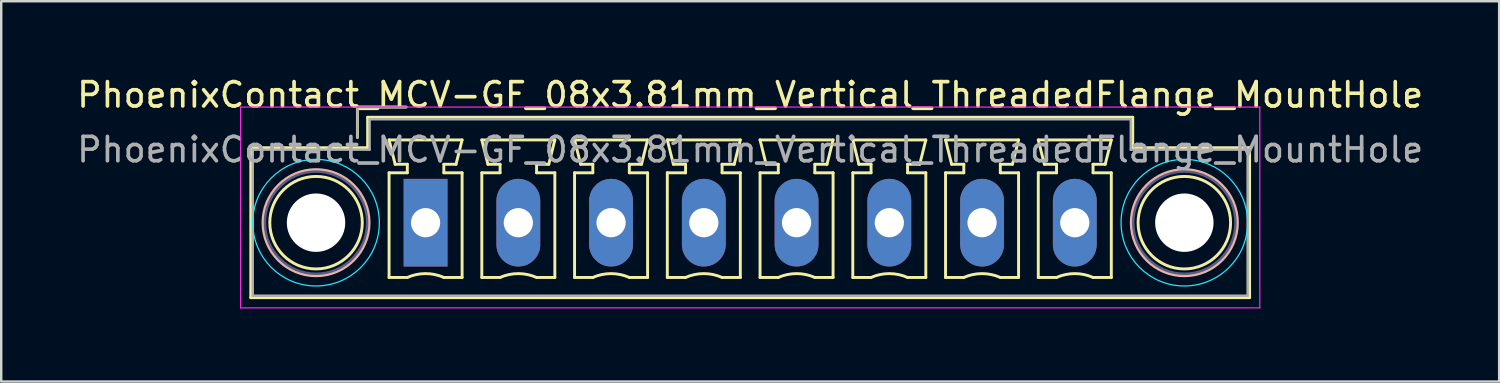
<source format=kicad_pcb>
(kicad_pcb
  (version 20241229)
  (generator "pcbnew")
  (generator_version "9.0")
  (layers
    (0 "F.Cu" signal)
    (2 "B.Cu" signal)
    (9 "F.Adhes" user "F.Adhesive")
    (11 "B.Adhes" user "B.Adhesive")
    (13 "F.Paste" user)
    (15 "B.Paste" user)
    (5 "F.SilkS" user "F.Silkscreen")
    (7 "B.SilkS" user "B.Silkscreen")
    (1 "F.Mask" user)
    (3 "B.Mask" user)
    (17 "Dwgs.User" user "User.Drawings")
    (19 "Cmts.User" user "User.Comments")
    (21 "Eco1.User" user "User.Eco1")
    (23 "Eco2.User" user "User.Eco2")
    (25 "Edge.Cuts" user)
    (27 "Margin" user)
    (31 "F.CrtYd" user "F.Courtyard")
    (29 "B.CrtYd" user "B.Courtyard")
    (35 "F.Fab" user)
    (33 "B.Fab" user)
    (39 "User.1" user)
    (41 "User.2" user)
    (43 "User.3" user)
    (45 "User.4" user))
  (footprint "PhoenixContact_MCV-GF_08x3.81mm_Vertical_ThreadedFlange_MountHole"
    (layer "F.Cu")
    (at 14.433 6.098)
    (property "Reference" "PhoenixContact_MCV-GF_08x3.81mm_Vertical_ThreadedFlange_MountHole" (at 13.335 -5.25 0) (layer "F.SilkS") (effects (font (size 1 1) (thickness 0.15))))
    (attr through_hole)
    (fp_line (start -7.18 -3.08) (end -7.18 3.08) (stroke (width 0.12) (type solid)) (layer "F.SilkS"))
    (fp_line (start -7.18 3.08) (end 33.85 3.08) (stroke (width 0.12) (type solid)) (layer "F.SilkS"))
    (fp_line (start -2.8 -4.75) (end -0.8 -4.75) (stroke (width 0.12) (type solid)) (layer "F.SilkS"))
    (fp_line (start -2.8 -3.5) (end -2.8 -4.75) (stroke (width 0.12) (type solid)) (layer "F.SilkS"))
    (fp_line (start -2.38 -4.33) (end -2.38 -3.08) (stroke (width 0.12) (type solid)) (layer "F.SilkS"))
    (fp_line (start -2.38 -3.08) (end -7.18 -3.08) (stroke (width 0.12) (type solid)) (layer "F.SilkS"))
    (fp_line (start -1.5 -3.4) (end 1.5 -3.4) (stroke (width 0.12) (type solid)) (layer "F.SilkS"))
    (fp_line (start -1.5 -2.05) (end -0.75 -2.05) (stroke (width 0.12) (type solid)) (layer "F.SilkS"))
    (fp_line (start -1.5 2.25) (end -1.5 -2.05) (stroke (width 0.12) (type solid)) (layer "F.SilkS"))
    (fp_line (start -1.25 -2.4) (end -1.5 -3.4) (stroke (width 0.12) (type solid)) (layer "F.SilkS"))
    (fp_line (start -0.75 -2.4) (end -1.25 -2.4) (stroke (width 0.12) (type solid)) (layer "F.SilkS"))
    (fp_line (start -0.75 -2.05) (end -0.75 -2.4) (stroke (width 0.12) (type solid)) (layer "F.SilkS"))
    (fp_line (start -0.75 2.25) (end -1.5 2.25) (stroke (width 0.12) (type solid)) (layer "F.SilkS"))
    (fp_line (start 0.75 -2.4) (end 0.75 -2.05) (stroke (width 0.12) (type solid)) (layer "F.SilkS"))
    (fp_line (start 0.75 -2.05) (end 1.5 -2.05) (stroke (width 0.12) (type solid)) (layer "F.SilkS"))
    (fp_line (start 1.25 -2.4) (end 0.75 -2.4) (stroke (width 0.12) (type solid)) (layer "F.SilkS"))
    (fp_line (start 1.5 -3.4) (end 1.25 -2.4) (stroke (width 0.12) (type solid)) (layer "F.SilkS"))
    (fp_line (start 1.5 -2.05) (end 1.5 2.25) (stroke (width 0.12) (type solid)) (layer "F.SilkS"))
    (fp_line (start 1.5 2.25) (end 0.75 2.25) (stroke (width 0.12) (type solid)) (layer "F.SilkS"))
    (fp_line (start 2.31 -3.4) (end 5.31 -3.4) (stroke (width 0.12) (type solid)) (layer "F.SilkS"))
    (fp_line (start 2.31 -2.05) (end 3.06 -2.05) (stroke (width 0.12) (type solid)) (layer "F.SilkS"))
    (fp_line (start 2.31 2.25) (end 2.31 -2.05) (stroke (width 0.12) (type solid)) (layer "F.SilkS"))
    (fp_line (start 2.56 -2.4) (end 2.31 -3.4) (stroke (width 0.12) (type solid)) (layer "F.SilkS"))
    (fp_line (start 3.06 -2.4) (end 2.56 -2.4) (stroke (width 0.12) (type solid)) (layer "F.SilkS"))
    (fp_line (start 3.06 -2.05) (end 3.06 -2.4) (stroke (width 0.12) (type solid)) (layer "F.SilkS"))
    (fp_line (start 3.06 2.25) (end 2.31 2.25) (stroke (width 0.12) (type solid)) (layer "F.SilkS"))
    (fp_line (start 4.56 -2.4) (end 4.56 -2.05) (stroke (width 0.12) (type solid)) (layer "F.SilkS"))
    (fp_line (start 4.56 -2.05) (end 5.31 -2.05) (stroke (width 0.12) (type solid)) (layer "F.SilkS"))
    (fp_line (start 5.06 -2.4) (end 4.56 -2.4) (stroke (width 0.12) (type solid)) (layer "F.SilkS"))
    (fp_line (start 5.31 -3.4) (end 5.06 -2.4) (stroke (width 0.12) (type solid)) (layer "F.SilkS"))
    (fp_line (start 5.31 -2.05) (end 5.31 2.25) (stroke (width 0.12) (type solid)) (layer "F.SilkS"))
    (fp_line (start 5.31 2.25) (end 4.56 2.25) (stroke (width 0.12) (type solid)) (layer "F.SilkS"))
    (fp_line (start 6.12 -3.4) (end 9.12 -3.4) (stroke (width 0.12) (type solid)) (layer "F.SilkS"))
    (fp_line (start 6.12 -2.05) (end 6.87 -2.05) (stroke (width 0.12) (type solid)) (layer "F.SilkS"))
    (fp_line (start 6.12 2.25) (end 6.12 -2.05) (stroke (width 0.12) (type solid)) (layer "F.SilkS"))
    (fp_line (start 6.37 -2.4) (end 6.12 -3.4) (stroke (width 0.12) (type solid)) (layer "F.SilkS"))
    (fp_line (start 6.87 -2.4) (end 6.37 -2.4) (stroke (width 0.12) (type solid)) (layer "F.SilkS"))
    (fp_line (start 6.87 -2.05) (end 6.87 -2.4) (stroke (width 0.12) (type solid)) (layer "F.SilkS"))
    (fp_line (start 6.87 2.25) (end 6.12 2.25) (stroke (width 0.12) (type solid)) (layer "F.SilkS"))
    (fp_line (start 8.37 -2.4) (end 8.37 -2.05) (stroke (width 0.12) (type solid)) (layer "F.SilkS"))
    (fp_line (start 8.37 -2.05) (end 9.12 -2.05) (stroke (width 0.12) (type solid)) (layer "F.SilkS"))
    (fp_line (start 8.87 -2.4) (end 8.37 -2.4) (stroke (width 0.12) (type solid)) (layer "F.SilkS"))
    (fp_line (start 9.12 -3.4) (end 8.87 -2.4) (stroke (width 0.12) (type solid)) (layer "F.SilkS"))
    (fp_line (start 9.12 -2.05) (end 9.12 2.25) (stroke (width 0.12) (type solid)) (layer "F.SilkS"))
    (fp_line (start 9.12 2.25) (end 8.37 2.25) (stroke (width 0.12) (type solid)) (layer "F.SilkS"))
    (fp_line (start 9.93 -3.4) (end 12.93 -3.4) (stroke (width 0.12) (type solid)) (layer "F.SilkS"))
    (fp_line (start 9.93 -2.05) (end 10.68 -2.05) (stroke (width 0.12) (type solid)) (layer "F.SilkS"))
    (fp_line (start 9.93 2.25) (end 9.93 -2.05) (stroke (width 0.12) (type solid)) (layer "F.SilkS"))
    (fp_line (start 10.18 -2.4) (end 9.93 -3.4) (stroke (width 0.12) (type solid)) (layer "F.SilkS"))
    (fp_line (start 10.68 -2.4) (end 10.18 -2.4) (stroke (width 0.12) (type solid)) (layer "F.SilkS"))
    (fp_line (start 10.68 -2.05) (end 10.68 -2.4) (stroke (width 0.12) (type solid)) (layer "F.SilkS"))
    (fp_line (start 10.68 2.25) (end 9.93 2.25) (stroke (width 0.12) (type solid)) (layer "F.SilkS"))
    (fp_line (start 12.18 -2.4) (end 12.18 -2.05) (stroke (width 0.12) (type solid)) (layer "F.SilkS"))
    (fp_line (start 12.18 -2.05) (end 12.93 -2.05) (stroke (width 0.12) (type solid)) (layer "F.SilkS"))
    (fp_line (start 12.68 -2.4) (end 12.18 -2.4) (stroke (width 0.12) (type solid)) (layer "F.SilkS"))
    (fp_line (start 12.93 -3.4) (end 12.68 -2.4) (stroke (width 0.12) (type solid)) (layer "F.SilkS"))
    (fp_line (start 12.93 -2.05) (end 12.93 2.25) (stroke (width 0.12) (type solid)) (layer "F.SilkS"))
    (fp_line (start 12.93 2.25) (end 12.18 2.25) (stroke (width 0.12) (type solid)) (layer "F.SilkS"))
    (fp_line (start 13.74 -3.4) (end 16.74 -3.4) (stroke (width 0.12) (type solid)) (layer "F.SilkS"))
    (fp_line (start 13.74 -2.05) (end 14.49 -2.05) (stroke (width 0.12) (type solid)) (layer "F.SilkS"))
    (fp_line (start 13.74 2.25) (end 13.74 -2.05) (stroke (width 0.12) (type solid)) (layer "F.SilkS"))
    (fp_line (start 13.99 -2.4) (end 13.74 -3.4) (stroke (width 0.12) (type solid)) (layer "F.SilkS"))
    (fp_line (start 14.49 -2.4) (end 13.99 -2.4) (stroke (width 0.12) (type solid)) (layer "F.SilkS"))
    (fp_line (start 14.49 -2.05) (end 14.49 -2.4) (stroke (width 0.12) (type solid)) (layer "F.SilkS"))
    (fp_line (start 14.49 2.25) (end 13.74 2.25) (stroke (width 0.12) (type solid)) (layer "F.SilkS"))
    (fp_line (start 15.99 -2.4) (end 15.99 -2.05) (stroke (width 0.12) (type solid)) (layer "F.SilkS"))
    (fp_line (start 15.99 -2.05) (end 16.74 -2.05) (stroke (width 0.12) (type solid)) (layer "F.SilkS"))
    (fp_line (start 16.49 -2.4) (end 15.99 -2.4) (stroke (width 0.12) (type solid)) (layer "F.SilkS"))
    (fp_line (start 16.74 -3.4) (end 16.49 -2.4) (stroke (width 0.12) (type solid)) (layer "F.SilkS"))
    (fp_line (start 16.74 -2.05) (end 16.74 2.25) (stroke (width 0.12) (type solid)) (layer "F.SilkS"))
    (fp_line (start 16.74 2.25) (end 15.99 2.25) (stroke (width 0.12) (type solid)) (layer "F.SilkS"))
    (fp_line (start 17.55 -3.4) (end 20.55 -3.4) (stroke (width 0.12) (type solid)) (layer "F.SilkS"))
    (fp_line (start 17.55 -2.05) (end 18.3 -2.05) (stroke (width 0.12) (type solid)) (layer "F.SilkS"))
    (fp_line (start 17.55 2.25) (end 17.55 -2.05) (stroke (width 0.12) (type solid)) (layer "F.SilkS"))
    (fp_line (start 17.8 -2.4) (end 17.55 -3.4) (stroke (width 0.12) (type solid)) (layer "F.SilkS"))
    (fp_line (start 18.3 -2.4) (end 17.8 -2.4) (stroke (width 0.12) (type solid)) (layer "F.SilkS"))
    (fp_line (start 18.3 -2.05) (end 18.3 -2.4) (stroke (width 0.12) (type solid)) (layer "F.SilkS"))
    (fp_line (start 18.3 2.25) (end 17.55 2.25) (stroke (width 0.12) (type solid)) (layer "F.SilkS"))
    (fp_line (start 19.8 -2.4) (end 19.8 -2.05) (stroke (width 0.12) (type solid)) (layer "F.SilkS"))
    (fp_line (start 19.8 -2.05) (end 20.55 -2.05) (stroke (width 0.12) (type solid)) (layer "F.SilkS"))
    (fp_line (start 20.3 -2.4) (end 19.8 -2.4) (stroke (width 0.12) (type solid)) (layer "F.SilkS"))
    (fp_line (start 20.55 -3.4) (end 20.3 -2.4) (stroke (width 0.12) (type solid)) (layer "F.SilkS"))
    (fp_line (start 20.55 -2.05) (end 20.55 2.25) (stroke (width 0.12) (type solid)) (layer "F.SilkS"))
    (fp_line (start 20.55 2.25) (end 19.8 2.25) (stroke (width 0.12) (type solid)) (layer "F.SilkS"))
    (fp_line (start 21.36 -3.4) (end 24.36 -3.4) (stroke (width 0.12) (type solid)) (layer "F.SilkS"))
    (fp_line (start 21.36 -2.05) (end 22.11 -2.05) (stroke (width 0.12) (type solid)) (layer "F.SilkS"))
    (fp_line (start 21.36 2.25) (end 21.36 -2.05) (stroke (width 0.12) (type solid)) (layer "F.SilkS"))
    (fp_line (start 21.61 -2.4) (end 21.36 -3.4) (stroke (width 0.12) (type solid)) (layer "F.SilkS"))
    (fp_line (start 22.11 -2.4) (end 21.61 -2.4) (stroke (width 0.12) (type solid)) (layer "F.SilkS"))
    (fp_line (start 22.11 -2.05) (end 22.11 -2.4) (stroke (width 0.12) (type solid)) (layer "F.SilkS"))
    (fp_line (start 22.11 2.25) (end 21.36 2.25) (stroke (width 0.12) (type solid)) (layer "F.SilkS"))
    (fp_line (start 23.61 -2.4) (end 23.61 -2.05) (stroke (width 0.12) (type solid)) (layer "F.SilkS"))
    (fp_line (start 23.61 -2.05) (end 24.36 -2.05) (stroke (width 0.12) (type solid)) (layer "F.SilkS"))
    (fp_line (start 24.11 -2.4) (end 23.61 -2.4) (stroke (width 0.12) (type solid)) (layer "F.SilkS"))
    (fp_line (start 24.36 -3.4) (end 24.11 -2.4) (stroke (width 0.12) (type solid)) (layer "F.SilkS"))
    (fp_line (start 24.36 -2.05) (end 24.36 2.25) (stroke (width 0.12) (type solid)) (layer "F.SilkS"))
    (fp_line (start 24.36 2.25) (end 23.61 2.25) (stroke (width 0.12) (type solid)) (layer "F.SilkS"))
    (fp_line (start 25.17 -3.4) (end 28.17 -3.4) (stroke (width 0.12) (type solid)) (layer "F.SilkS"))
    (fp_line (start 25.17 -2.05) (end 25.92 -2.05) (stroke (width 0.12) (type solid)) (layer "F.SilkS"))
    (fp_line (start 25.17 2.25) (end 25.17 -2.05) (stroke (width 0.12) (type solid)) (layer "F.SilkS"))
    (fp_line (start 25.42 -2.4) (end 25.17 -3.4) (stroke (width 0.12) (type solid)) (layer "F.SilkS"))
    (fp_line (start 25.92 -2.4) (end 25.42 -2.4) (stroke (width 0.12) (type solid)) (layer "F.SilkS"))
    (fp_line (start 25.92 -2.05) (end 25.92 -2.4) (stroke (width 0.12) (type solid)) (layer "F.SilkS"))
    (fp_line (start 25.92 2.25) (end 25.17 2.25) (stroke (width 0.12) (type solid)) (layer "F.SilkS"))
    (fp_line (start 27.42 -2.4) (end 27.42 -2.05) (stroke (width 0.12) (type solid)) (layer "F.SilkS"))
    (fp_line (start 27.42 -2.05) (end 28.17 -2.05) (stroke (width 0.12) (type solid)) (layer "F.SilkS"))
    (fp_line (start 27.92 -2.4) (end 27.42 -2.4) (stroke (width 0.12) (type solid)) (layer "F.SilkS"))
    (fp_line (start 28.17 -3.4) (end 27.92 -2.4) (stroke (width 0.12) (type solid)) (layer "F.SilkS"))
    (fp_line (start 28.17 -2.05) (end 28.17 2.25) (stroke (width 0.12) (type solid)) (layer "F.SilkS"))
    (fp_line (start 28.17 2.25) (end 27.42 2.25) (stroke (width 0.12) (type solid)) (layer "F.SilkS"))
    (fp_line (start 29.05 -4.33) (end -2.38 -4.33) (stroke (width 0.12) (type solid)) (layer "F.SilkS"))
    (fp_line (start 29.05 -3.08) (end 29.05 -4.33) (stroke (width 0.12) (type solid)) (layer "F.SilkS"))
    (fp_line (start 33.85 -3.08) (end 29.05 -3.08) (stroke (width 0.12) (type solid)) (layer "F.SilkS"))
    (fp_line (start 33.85 3.08) (end 33.85 -3.08) (stroke (width 0.12) (type solid)) (layer "F.SilkS"))
    (fp_arc (start -0.75 2.25) (mid -0.000193 2.09191) (end 0.749647 2.249844) (stroke (width 0.12) (type solid)) (layer "F.SilkS"))
    (fp_arc (start 3.06 2.25) (mid 3.809807 2.09191) (end 4.559647 2.249844) (stroke (width 0.12) (type solid)) (layer "F.SilkS"))
    (fp_arc (start 6.87 2.25) (mid 7.619807 2.09191) (end 8.369647 2.249844) (stroke (width 0.12) (type solid)) (layer "F.SilkS"))
    (fp_arc (start 10.68 2.25) (mid 11.429807 2.09191) (end 12.179647 2.249844) (stroke (width 0.12) (type solid)) (layer "F.SilkS"))
    (fp_arc (start 14.49 2.25) (mid 15.239807 2.09191) (end 15.989647 2.249844) (stroke (width 0.12) (type solid)) (layer "F.SilkS"))
    (fp_arc (start 18.3 2.25) (mid 19.049807 2.09191) (end 19.799647 2.249844) (stroke (width 0.12) (type solid)) (layer "F.SilkS"))
    (fp_arc (start 22.11 2.25) (mid 22.859807 2.09191) (end 23.609647 2.249844) (stroke (width 0.12) (type solid)) (layer "F.SilkS"))
    (fp_arc (start 25.92 2.25) (mid 26.669807 2.09191) (end 27.419647 2.249844) (stroke (width 0.12) (type solid)) (layer "F.SilkS"))
    (fp_circle (center -4.5 0) (end -2.6 0) (stroke (width 0.12) (type solid)) (fill no) (layer "F.SilkS"))
    (fp_circle (center 31.17 0) (end 33.07 0) (stroke (width 0.12) (type solid)) (fill no) (layer "F.SilkS"))
    (fp_circle (center -4.5 0) (end -2.32 0) (stroke (width 0.12) (type solid)) (fill no) (layer "B.SilkS"))
    (fp_circle (center 31.17 0) (end 33.35 0) (stroke (width 0.12) (type solid)) (fill no) (layer "B.SilkS"))
    (fp_circle (center -4.5 0) (end -1.9 0) (stroke (width 0.05) (type solid)) (fill no) (layer "B.CrtYd"))
    (fp_circle (center 31.17 0) (end 33.77 0) (stroke (width 0.05) (type solid)) (fill no) (layer "B.CrtYd"))
    (fp_line (start -7.6 -4.75) (end -7.6 3.5) (stroke (width 0.05) (type solid)) (layer "F.CrtYd"))
    (fp_line (start -7.6 3.5) (end 34.27 3.5) (stroke (width 0.05) (type solid)) (layer "F.CrtYd"))
    (fp_line (start 34.27 -4.75) (end -7.6 -4.75) (stroke (width 0.05) (type solid)) (layer "F.CrtYd"))
    (fp_line (start 34.27 3.5) (end 34.27 -4.75) (stroke (width 0.05) (type solid)) (layer "F.CrtYd"))
    (fp_circle (center -4.5 0) (end -2.4 0) (stroke (width 0.1) (type solid)) (fill no) (layer "B.Fab"))
    (fp_circle (center 31.17 0) (end 33.27 0) (stroke (width 0.1) (type solid)) (fill no) (layer "B.Fab"))
    (fp_line (start -7.1 -3) (end -7.1 3) (stroke (width 0.1) (type solid)) (layer "F.Fab"))
    (fp_line (start -7.1 3) (end 33.77 3) (stroke (width 0.1) (type solid)) (layer "F.Fab"))
    (fp_line (start -2.8 -4.75) (end -0.8 -4.75) (stroke (width 0.1) (type solid)) (layer "F.Fab"))
    (fp_line (start -2.8 -3.5) (end -2.8 -4.75) (stroke (width 0.1) (type solid)) (layer "F.Fab"))
    (fp_line (start -2.3 -4.25) (end -2.3 -3) (stroke (width 0.1) (type solid)) (layer "F.Fab"))
    (fp_line (start -2.3 -3) (end -7.1 -3) (stroke (width 0.1) (type solid)) (layer "F.Fab"))
    (fp_line (start 28.97 -4.25) (end -2.3 -4.25) (stroke (width 0.1) (type solid)) (layer "F.Fab"))
    (fp_line (start 28.97 -3) (end 28.97 -4.25) (stroke (width 0.1) (type solid)) (layer "F.Fab"))
    (fp_line (start 33.77 -3) (end 28.97 -3) (stroke (width 0.1) (type solid)) (layer "F.Fab"))
    (fp_line (start 33.77 3) (end 33.77 -3) (stroke (width 0.1) (type solid)) (layer "F.Fab"))
    (fp_text user "${REFERENCE}" (at 13.335 -3 0) (layer "F.Fab") (effects (font (size 1 1) (thickness 0.15))))
    (pad "" np_thru_hole circle (at -4.5 0) (size 2.4 2.4) (drill 2.4) (layers "*.Cu" "*.Mask"))
    (pad "" np_thru_hole circle (at 31.17 0) (size 2.4 2.4) (drill 2.4) (layers "*.Cu" "*.Mask"))
    (pad "1" thru_hole rect (at 0 0) (size 1.8 3.6) (drill 1.2) (layers "*.Cu" "*.Mask"))
    (pad "2" thru_hole oval (at 3.81 0) (size 1.8 3.6) (drill 1.2) (layers "*.Cu" "*.Mask"))
    (pad "3" thru_hole oval (at 7.62 0) (size 1.8 3.6) (drill 1.2) (layers "*.Cu" "*.Mask"))
    (pad "4" thru_hole oval (at 11.43 0) (size 1.8 3.6) (drill 1.2) (layers "*.Cu" "*.Mask"))
    (pad "5" thru_hole oval (at 15.24 0) (size 1.8 3.6) (drill 1.2) (layers "*.Cu" "*.Mask"))
    (pad "6" thru_hole oval (at 19.05 0) (size 1.8 3.6) (drill 1.2) (layers "*.Cu" "*.Mask"))
    (pad "7" thru_hole oval (at 22.86 0) (size 1.8 3.6) (drill 1.2) (layers "*.Cu" "*.Mask"))
    (pad "8" thru_hole oval (at 26.67 0) (size 1.8 3.6) (drill 1.2) (layers "*.Cu" "*.Mask")))
  (gr_rect
    (start -3 -3)
    (end 58.536 12.623)
    (stroke (width 0.1) (type default))
    (fill no)
    (layer "Edge.Cuts")))
</source>
